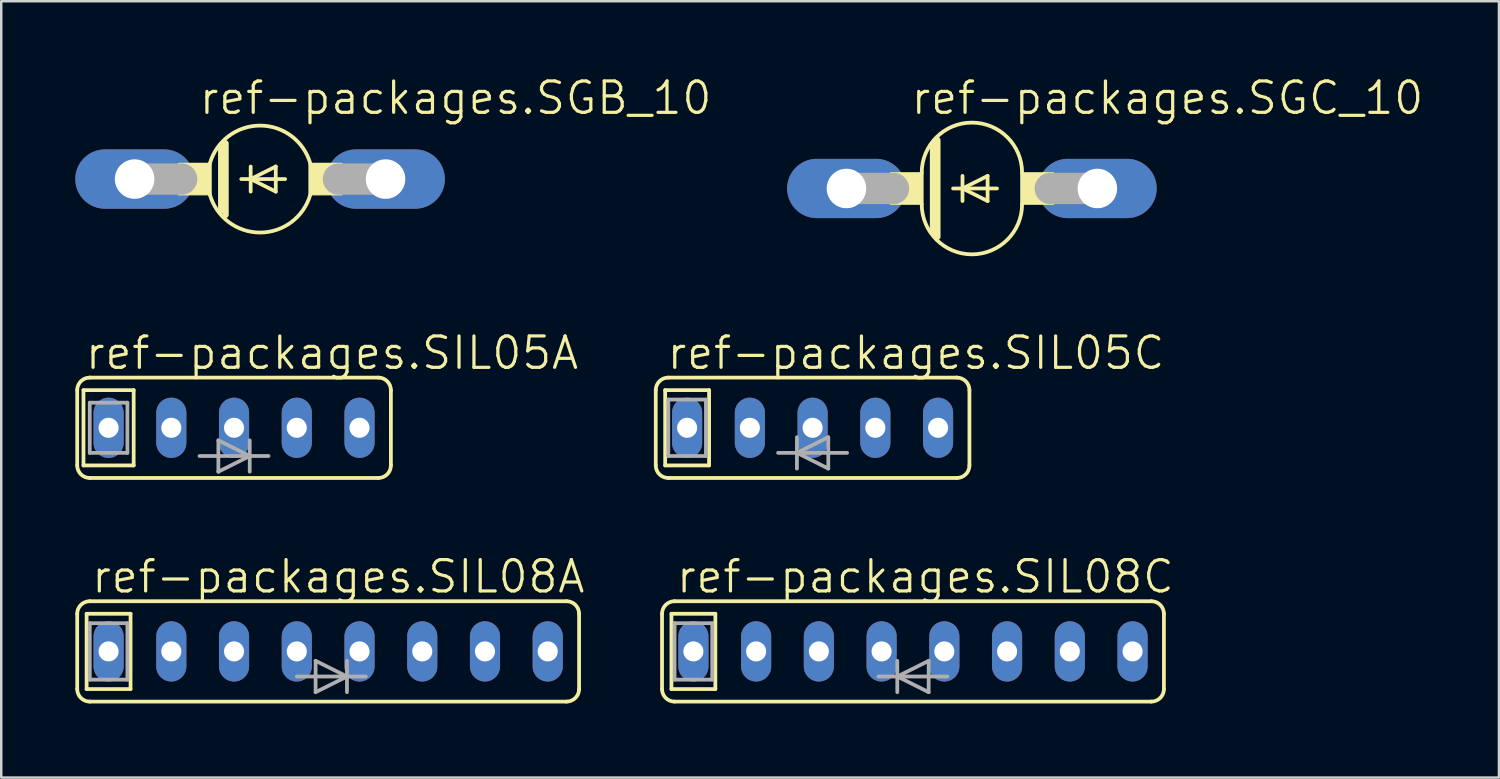
<source format=kicad_pcb>
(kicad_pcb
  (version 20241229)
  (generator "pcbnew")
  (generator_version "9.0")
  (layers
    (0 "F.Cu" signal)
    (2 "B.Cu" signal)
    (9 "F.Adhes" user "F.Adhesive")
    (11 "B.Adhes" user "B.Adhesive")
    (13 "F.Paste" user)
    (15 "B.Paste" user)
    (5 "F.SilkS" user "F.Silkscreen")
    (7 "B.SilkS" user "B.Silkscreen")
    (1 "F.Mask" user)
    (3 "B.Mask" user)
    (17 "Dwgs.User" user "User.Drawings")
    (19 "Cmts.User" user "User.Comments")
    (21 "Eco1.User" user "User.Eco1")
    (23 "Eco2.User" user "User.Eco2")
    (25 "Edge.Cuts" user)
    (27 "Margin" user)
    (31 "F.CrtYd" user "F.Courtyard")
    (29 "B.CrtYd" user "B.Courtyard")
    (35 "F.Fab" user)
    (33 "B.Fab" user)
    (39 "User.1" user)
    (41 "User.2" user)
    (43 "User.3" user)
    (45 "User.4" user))
  (footprint "ref-packages.SIL05A"
    (layer "F.Cu")
    (at 6.426 14.27)
    (property "Reference" "ref-packages.SIL05A" (at -6.096 -2.286 0) (layer "F.SilkS") (effects (font (size 1.27 1.27) (thickness 0.13)) (justify left bottom)))
    (attr through_hole)
    (fp_line (start -6.35 1.524) (end -6.35 -1.524) (stroke (width 0.152) (type default)) (layer "F.SilkS"))
    (fp_line (start -6.096 -1.524) (end -6.096 1.524) (stroke (width 0.152) (type default)) (layer "F.SilkS"))
    (fp_line (start -4.064 -1.524) (end -6.096 -1.524) (stroke (width 0.152) (type default)) (layer "F.SilkS"))
    (fp_line (start -4.064 -1.524) (end -4.064 1.524) (stroke (width 0.152) (type default)) (layer "F.SilkS"))
    (fp_line (start -4.064 1.524) (end -6.096 1.524) (stroke (width 0.152) (type default)) (layer "F.SilkS"))
    (fp_line (start 5.842 -2.032) (end -5.842 -2.032) (stroke (width 0.152) (type default)) (layer "F.SilkS"))
    (fp_line (start 5.842 2.032) (end -5.842 2.032) (stroke (width 0.152) (type default)) (layer "F.SilkS"))
    (fp_line (start 6.35 1.524) (end 6.35 -1.524) (stroke (width 0.152) (type default)) (layer "F.SilkS"))
    (fp_arc (start -6.35 -1.524) (mid -6.20121 -1.88321) (end -5.842 -2.032) (stroke (width 0.1524) (type default)) (layer "F.SilkS"))
    (fp_arc (start -5.842 2.032) (mid -6.20121 1.88321) (end -6.35 1.524) (stroke (width 0.1524) (type default)) (layer "F.SilkS"))
    (fp_arc (start 5.842 -2.032) (mid 6.20121 -1.88321) (end 6.35 -1.524) (stroke (width 0.1524) (type default)) (layer "F.SilkS"))
    (fp_arc (start 6.35 1.524) (mid 6.20121 1.88321) (end 5.842 2.032) (stroke (width 0.1524) (type default)) (layer "F.SilkS"))
    (fp_line (start -5.842 -1.016) (end -4.318 -1.016) (stroke (width 0.152) (type default)) (layer "F.Fab"))
    (fp_line (start -5.842 1.016) (end -5.842 -1.016) (stroke (width 0.152) (type default)) (layer "F.Fab"))
    (fp_line (start -4.318 -1.016) (end -4.318 1.016) (stroke (width 0.152) (type default)) (layer "F.Fab"))
    (fp_line (start -4.318 1.016) (end -5.842 1.016) (stroke (width 0.152) (type default)) (layer "F.Fab"))
    (fp_line (start -1.397 1.143) (end -0.635 1.143) (stroke (width 0.152) (type default)) (layer "F.Fab"))
    (fp_line (start -0.635 0.508) (end 0.635 1.143) (stroke (width 0.152) (type default)) (layer "F.Fab"))
    (fp_line (start -0.635 1.143) (end -0.635 0.508) (stroke (width 0.152) (type default)) (layer "F.Fab"))
    (fp_line (start -0.635 1.143) (end 0.635 1.143) (stroke (width 0.152) (type default)) (layer "F.Fab"))
    (fp_line (start -0.635 1.778) (end -0.635 1.143) (stroke (width 0.152) (type default)) (layer "F.Fab"))
    (fp_line (start 0.635 0.508) (end 0.635 1.143) (stroke (width 0.152) (type default)) (layer "F.Fab"))
    (fp_line (start 0.635 1.143) (end -0.635 1.778) (stroke (width 0.152) (type default)) (layer "F.Fab"))
    (fp_line (start 0.635 1.143) (end 0.635 1.778) (stroke (width 0.152) (type default)) (layer "F.Fab"))
    (fp_line (start 1.397 1.143) (end 0.635 1.143) (stroke (width 0.152) (type default)) (layer "F.Fab"))
    (pad "1" thru_hole oval (at -5.08 0 90) (size 2.438 1.219) (drill 0.813) (layers "*.Cu" "*.Mask"))
    (pad "2" thru_hole oval (at -2.54 0 90) (size 2.438 1.219) (drill 0.813) (layers "*.Cu" "*.Mask"))
    (pad "3" thru_hole oval (at 0 0 90) (size 2.438 1.219) (drill 0.813) (layers "*.Cu" "*.Mask"))
    (pad "4" thru_hole oval (at 2.54 0 90) (size 2.438 1.219) (drill 0.813) (layers "*.Cu" "*.Mask"))
    (pad "5" thru_hole oval (at 5.08 0 90) (size 2.438 1.219) (drill 0.813) (layers "*.Cu" "*.Mask")))
  (footprint "ref-packages.SIL08C"
    (layer "F.Cu")
    (at 33.914 23.324)
    (property "Reference" "ref-packages.SIL08C" (at -9.652 -2.286 0) (layer "F.SilkS") (effects (font (size 1.27 1.27) (thickness 0.13)) (justify left bottom)))
    (attr through_hole)
    (fp_line (start -10.16 -1.524) (end -10.16 1.524) (stroke (width 0.152) (type default)) (layer "F.SilkS"))
    (fp_line (start -9.779 -1.524) (end -8.001 -1.524) (stroke (width 0.152) (type default)) (layer "F.SilkS"))
    (fp_line (start -9.779 1.524) (end -9.779 -1.524) (stroke (width 0.152) (type default)) (layer "F.SilkS"))
    (fp_line (start -9.652 2.032) (end 9.652 2.032) (stroke (width 0.152) (type default)) (layer "F.SilkS"))
    (fp_line (start -8.001 -1.524) (end -8.001 1.524) (stroke (width 0.152) (type default)) (layer "F.SilkS"))
    (fp_line (start -8.001 1.524) (end -9.779 1.524) (stroke (width 0.152) (type default)) (layer "F.SilkS"))
    (fp_line (start 9.652 -2.032) (end -9.652 -2.032) (stroke (width 0.152) (type default)) (layer "F.SilkS"))
    (fp_line (start 10.16 -1.524) (end 10.16 1.524) (stroke (width 0.152) (type default)) (layer "F.SilkS"))
    (fp_arc (start -10.16 -1.524) (mid -10.01121 -1.88321) (end -9.652 -2.032) (stroke (width 0.1524) (type default)) (layer "F.SilkS"))
    (fp_arc (start -9.652 2.032) (mid -10.01121 1.88321) (end -10.16 1.524) (stroke (width 0.1524) (type default)) (layer "F.SilkS"))
    (fp_arc (start 9.652 -2.032) (mid 10.01121 -1.88321) (end 10.16 -1.524) (stroke (width 0.1524) (type default)) (layer "F.SilkS"))
    (fp_arc (start 10.16 1.524) (mid 10.01121 1.88321) (end 9.652 2.032) (stroke (width 0.1524) (type default)) (layer "F.SilkS"))
    (fp_line (start -9.652 -1.143) (end -8.128 -1.143) (stroke (width 0.152) (type default)) (layer "F.Fab"))
    (fp_line (start -9.652 1.143) (end -9.652 -1.143) (stroke (width 0.152) (type default)) (layer "F.Fab"))
    (fp_line (start -8.128 -1.143) (end -8.128 1.143) (stroke (width 0.152) (type default)) (layer "F.Fab"))
    (fp_line (start -8.128 1.143) (end -9.652 1.143) (stroke (width 0.152) (type default)) (layer "F.Fab"))
    (fp_line (start -1.397 1.016) (end -0.635 1.016) (stroke (width 0.152) (type default)) (layer "F.Fab"))
    (fp_line (start -0.635 1.016) (end -0.635 0.381) (stroke (width 0.152) (type default)) (layer "F.Fab"))
    (fp_line (start -0.635 1.016) (end 0.635 0.381) (stroke (width 0.152) (type default)) (layer "F.Fab"))
    (fp_line (start -0.635 1.651) (end -0.635 1.016) (stroke (width 0.152) (type default)) (layer "F.Fab"))
    (fp_line (start 0.635 0.381) (end 0.635 1.016) (stroke (width 0.152) (type default)) (layer "F.Fab"))
    (fp_line (start 0.635 1.016) (end -0.635 1.016) (stroke (width 0.152) (type default)) (layer "F.Fab"))
    (fp_line (start 0.635 1.016) (end 0.635 1.651) (stroke (width 0.152) (type default)) (layer "F.Fab"))
    (fp_line (start 0.635 1.651) (end -0.635 1.016) (stroke (width 0.152) (type default)) (layer "F.Fab"))
    (fp_line (start 1.397 1.016) (end 0.635 1.016) (stroke (width 0.152) (type default)) (layer "F.Fab"))
    (pad "1" thru_hole oval (at -8.89 0 90) (size 2.438 1.219) (drill 0.813) (layers "*.Cu" "*.Mask"))
    (pad "2" thru_hole oval (at -6.35 0 90) (size 2.438 1.219) (drill 0.813) (layers "*.Cu" "*.Mask"))
    (pad "3" thru_hole oval (at -3.81 0 90) (size 2.438 1.219) (drill 0.813) (layers "*.Cu" "*.Mask"))
    (pad "4" thru_hole oval (at -1.27 0 90) (size 2.438 1.219) (drill 0.813) (layers "*.Cu" "*.Mask"))
    (pad "5" thru_hole oval (at 1.27 0 90) (size 2.438 1.219) (drill 0.813) (layers "*.Cu" "*.Mask"))
    (pad "6" thru_hole oval (at 3.81 0 90) (size 2.438 1.219) (drill 0.813) (layers "*.Cu" "*.Mask"))
    (pad "7" thru_hole oval (at 6.35 0 90) (size 2.438 1.219) (drill 0.813) (layers "*.Cu" "*.Mask"))
    (pad "8" thru_hole oval (at 8.89 0 90) (size 2.438 1.219) (drill 0.813) (layers "*.Cu" "*.Mask")))
  (footprint "ref-packages.SIL08A"
    (layer "F.Cu")
    (at 10.236 23.324)
    (property "Reference" "ref-packages.SIL08A" (at -9.652 -2.286 0) (layer "F.SilkS") (effects (font (size 1.27 1.27) (thickness 0.13)) (justify left bottom)))
    (attr through_hole)
    (fp_line (start -10.16 -1.524) (end -10.16 1.524) (stroke (width 0.152) (type default)) (layer "F.SilkS"))
    (fp_line (start -9.779 -1.524) (end -8.001 -1.524) (stroke (width 0.152) (type default)) (layer "F.SilkS"))
    (fp_line (start -9.779 1.524) (end -9.779 -1.524) (stroke (width 0.152) (type default)) (layer "F.SilkS"))
    (fp_line (start -9.652 2.032) (end 9.652 2.032) (stroke (width 0.152) (type default)) (layer "F.SilkS"))
    (fp_line (start -8.001 -1.524) (end -8.001 1.524) (stroke (width 0.152) (type default)) (layer "F.SilkS"))
    (fp_line (start -8.001 1.524) (end -9.779 1.524) (stroke (width 0.152) (type default)) (layer "F.SilkS"))
    (fp_line (start 9.652 -2.032) (end -9.652 -2.032) (stroke (width 0.152) (type default)) (layer "F.SilkS"))
    (fp_line (start 10.16 -1.524) (end 10.16 1.524) (stroke (width 0.152) (type default)) (layer "F.SilkS"))
    (fp_arc (start -10.16 -1.524) (mid -10.01121 -1.88321) (end -9.652 -2.032) (stroke (width 0.1524) (type default)) (layer "F.SilkS"))
    (fp_arc (start -9.652 2.032) (mid -10.01121 1.88321) (end -10.16 1.524) (stroke (width 0.1524) (type default)) (layer "F.SilkS"))
    (fp_arc (start 9.652 -2.032) (mid 10.01121 -1.88321) (end 10.16 -1.524) (stroke (width 0.1524) (type default)) (layer "F.SilkS"))
    (fp_arc (start 10.16 1.524) (mid 10.01121 1.88321) (end 9.652 2.032) (stroke (width 0.1524) (type default)) (layer "F.SilkS"))
    (fp_line (start -9.652 -1.143) (end -8.128 -1.143) (stroke (width 0.152) (type default)) (layer "F.Fab"))
    (fp_line (start -9.652 1.143) (end -9.652 -1.143) (stroke (width 0.152) (type default)) (layer "F.Fab"))
    (fp_line (start -8.128 -1.143) (end -8.128 1.143) (stroke (width 0.152) (type default)) (layer "F.Fab"))
    (fp_line (start -8.128 1.143) (end -9.652 1.143) (stroke (width 0.152) (type default)) (layer "F.Fab"))
    (fp_line (start -1.27 1.016) (end -0.508 1.016) (stroke (width 0.152) (type default)) (layer "F.Fab"))
    (fp_line (start -0.508 0.381) (end 0.762 1.016) (stroke (width 0.152) (type default)) (layer "F.Fab"))
    (fp_line (start -0.508 1.016) (end -0.508 0.381) (stroke (width 0.152) (type default)) (layer "F.Fab"))
    (fp_line (start -0.508 1.016) (end 0.762 1.016) (stroke (width 0.152) (type default)) (layer "F.Fab"))
    (fp_line (start -0.508 1.651) (end -0.508 1.016) (stroke (width 0.152) (type default)) (layer "F.Fab"))
    (fp_line (start 0.762 0.381) (end 0.762 1.016) (stroke (width 0.152) (type default)) (layer "F.Fab"))
    (fp_line (start 0.762 1.016) (end -0.508 1.651) (stroke (width 0.152) (type default)) (layer "F.Fab"))
    (fp_line (start 0.762 1.016) (end 0.762 1.651) (stroke (width 0.152) (type default)) (layer "F.Fab"))
    (fp_line (start 1.524 1.016) (end 0.762 1.016) (stroke (width 0.152) (type default)) (layer "F.Fab"))
    (pad "1" thru_hole oval (at -8.89 0 90) (size 2.438 1.219) (drill 0.813) (layers "*.Cu" "*.Mask"))
    (pad "2" thru_hole oval (at -6.35 0 90) (size 2.438 1.219) (drill 0.813) (layers "*.Cu" "*.Mask"))
    (pad "3" thru_hole oval (at -3.81 0 90) (size 2.438 1.219) (drill 0.813) (layers "*.Cu" "*.Mask"))
    (pad "4" thru_hole oval (at -1.27 0 90) (size 2.438 1.219) (drill 0.813) (layers "*.Cu" "*.Mask"))
    (pad "5" thru_hole oval (at 1.27 0 90) (size 2.438 1.219) (drill 0.813) (layers "*.Cu" "*.Mask"))
    (pad "6" thru_hole oval (at 3.81 0 90) (size 2.438 1.219) (drill 0.813) (layers "*.Cu" "*.Mask"))
    (pad "7" thru_hole oval (at 6.35 0 90) (size 2.438 1.219) (drill 0.813) (layers "*.Cu" "*.Mask"))
    (pad "8" thru_hole oval (at 8.89 0 90) (size 2.438 1.219) (drill 0.813) (layers "*.Cu" "*.Mask")))
  (footprint "ref-packages.SGC_10"
    (layer "F.Cu")
    (at 36.3 4.581)
    (property "Reference" "ref-packages.SGC_10" (at -2.54 -2.921 0) (layer "F.SilkS") (effects (font (size 1.27 1.27) (thickness 0.13)) (justify left bottom)))
    (attr through_hole)
    (fp_line (start -2.032 -0.635) (end -2.032 0.635) (stroke (width 0.152) (type default)) (layer "F.SilkS"))
    (fp_line (start -1.575 -1.778) (end -1.575 1.778) (stroke (width 0.254) (type default)) (layer "F.SilkS"))
    (fp_line (start -1.397 -1.956) (end -1.397 1.956) (stroke (width 0.254) (type default)) (layer "F.SilkS"))
    (fp_line (start -0.762 0) (end -0.381 0) (stroke (width 0.152) (type default)) (layer "F.SilkS"))
    (fp_line (start -0.381 -0.508) (end -0.381 0) (stroke (width 0.152) (type default)) (layer "F.SilkS"))
    (fp_line (start -0.381 0) (end -0.381 0.508) (stroke (width 0.152) (type default)) (layer "F.SilkS"))
    (fp_line (start -0.381 0) (end 0.635 -0.508) (stroke (width 0.152) (type default)) (layer "F.SilkS"))
    (fp_line (start -0.381 0) (end 1.016 0) (stroke (width 0.152) (type default)) (layer "F.SilkS"))
    (fp_line (start 0.635 -0.508) (end 0.635 0.508) (stroke (width 0.152) (type default)) (layer "F.SilkS"))
    (fp_line (start 0.635 0.508) (end -0.381 0) (stroke (width 0.152) (type default)) (layer "F.SilkS"))
    (fp_line (start 2.032 -0.635) (end 2.032 0.635) (stroke (width 0.152) (type default)) (layer "F.SilkS"))
    (fp_rect (start -3.302 0.635) (end -2.032 -0.635) (stroke (width 0.05) (type default)) (fill yes) (layer "F.SilkS"))
    (fp_rect (start 2.032 0.635) (end 3.302 -0.635) (stroke (width 0.05) (type default)) (fill yes) (layer "F.SilkS"))
    (fp_arc (start -2.032 -0.635) (mid 0 -2.667) (end 2.032 -0.635) (stroke (width 0.1524) (type default)) (layer "F.SilkS"))
    (fp_arc (start 2.032 0.635) (mid 0 2.667) (end -2.032 0.635) (stroke (width 0.1524) (type default)) (layer "F.SilkS"))
    (fp_line (start -5.08 0) (end -3.175 0) (stroke (width 1.27) (type default)) (layer "F.Fab"))
    (fp_line (start 5.08 0) (end 3.175 0) (stroke (width 1.27) (type default)) (layer "F.Fab"))
    (pad "A" thru_hole oval (at 5.08 0) (size 4.801 2.4) (drill 1.6) (layers "*.Cu" "*.Mask"))
    (pad "C" thru_hole oval (at -5.08 0) (size 4.801 2.4) (drill 1.6) (layers "*.Cu" "*.Mask")))
  (footprint "ref-packages.SIL05C"
    (layer "F.Cu")
    (at 29.85 14.27)
    (property "Reference" "ref-packages.SIL05C" (at -5.969 -2.286 0) (layer "F.SilkS") (effects (font (size 1.27 1.27) (thickness 0.13)) (justify left bottom)))
    (attr through_hole)
    (fp_line (start -6.35 1.524) (end -6.35 -1.524) (stroke (width 0.152) (type default)) (layer "F.SilkS"))
    (fp_line (start -5.969 -1.524) (end -5.969 1.524) (stroke (width 0.152) (type default)) (layer "F.SilkS"))
    (fp_line (start -4.191 -1.524) (end -5.969 -1.524) (stroke (width 0.152) (type default)) (layer "F.SilkS"))
    (fp_line (start -4.191 -1.524) (end -4.191 1.524) (stroke (width 0.152) (type default)) (layer "F.SilkS"))
    (fp_line (start -4.191 1.524) (end -5.969 1.524) (stroke (width 0.152) (type default)) (layer "F.SilkS"))
    (fp_line (start 5.842 -2.032) (end -5.842 -2.032) (stroke (width 0.152) (type default)) (layer "F.SilkS"))
    (fp_line (start 5.842 2.032) (end -5.842 2.032) (stroke (width 0.152) (type default)) (layer "F.SilkS"))
    (fp_line (start 6.35 1.524) (end 6.35 -1.524) (stroke (width 0.152) (type default)) (layer "F.SilkS"))
    (fp_arc (start -6.35 -1.524) (mid -6.20121 -1.88321) (end -5.842 -2.032) (stroke (width 0.1524) (type default)) (layer "F.SilkS"))
    (fp_arc (start -5.842 2.032) (mid -6.20121 1.88321) (end -6.35 1.524) (stroke (width 0.1524) (type default)) (layer "F.SilkS"))
    (fp_arc (start 5.842 -2.032) (mid 6.20121 -1.88321) (end 6.35 -1.524) (stroke (width 0.1524) (type default)) (layer "F.SilkS"))
    (fp_arc (start 6.35 1.524) (mid 6.20121 1.88321) (end 5.842 2.032) (stroke (width 0.1524) (type default)) (layer "F.SilkS"))
    (fp_line (start -5.842 -1.143) (end -4.318 -1.143) (stroke (width 0.152) (type default)) (layer "F.Fab"))
    (fp_line (start -5.842 1.143) (end -5.842 -1.143) (stroke (width 0.152) (type default)) (layer "F.Fab"))
    (fp_line (start -4.318 -1.143) (end -4.318 1.143) (stroke (width 0.152) (type default)) (layer "F.Fab"))
    (fp_line (start -4.318 1.143) (end -5.842 1.143) (stroke (width 0.152) (type default)) (layer "F.Fab"))
    (fp_line (start -1.397 1.016) (end -0.635 1.016) (stroke (width 0.152) (type default)) (layer "F.Fab"))
    (fp_line (start -0.635 1.016) (end -0.635 0.381) (stroke (width 0.152) (type default)) (layer "F.Fab"))
    (fp_line (start -0.635 1.016) (end 0.635 0.381) (stroke (width 0.152) (type default)) (layer "F.Fab"))
    (fp_line (start -0.635 1.651) (end -0.635 1.016) (stroke (width 0.152) (type default)) (layer "F.Fab"))
    (fp_line (start 0.635 0.381) (end 0.635 1.016) (stroke (width 0.152) (type default)) (layer "F.Fab"))
    (fp_line (start 0.635 1.016) (end -0.635 1.016) (stroke (width 0.152) (type default)) (layer "F.Fab"))
    (fp_line (start 0.635 1.016) (end 0.635 1.651) (stroke (width 0.152) (type default)) (layer "F.Fab"))
    (fp_line (start 0.635 1.651) (end -0.635 1.016) (stroke (width 0.152) (type default)) (layer "F.Fab"))
    (fp_line (start 1.397 1.016) (end 0.635 1.016) (stroke (width 0.152) (type default)) (layer "F.Fab"))
    (pad "1" thru_hole oval (at -5.08 0 90) (size 2.438 1.219) (drill 0.813) (layers "*.Cu" "*.Mask"))
    (pad "2" thru_hole oval (at -2.54 0 90) (size 2.438 1.219) (drill 0.813) (layers "*.Cu" "*.Mask"))
    (pad "3" thru_hole oval (at 0 0 90) (size 2.438 1.219) (drill 0.813) (layers "*.Cu" "*.Mask"))
    (pad "4" thru_hole oval (at 2.54 0 90) (size 2.438 1.219) (drill 0.813) (layers "*.Cu" "*.Mask"))
    (pad "5" thru_hole oval (at 5.08 0 90) (size 2.438 1.219) (drill 0.813) (layers "*.Cu" "*.Mask")))
  (footprint "ref-packages.SGB_10"
    (layer "F.Cu")
    (at 7.48 4.2)
    (property "Reference" "ref-packages.SGB_10" (at -2.54 -2.54 0) (layer "F.SilkS") (effects (font (size 1.27 1.27) (thickness 0.13)) (justify left bottom)))
    (attr through_hole)
    (fp_line (start -2.032 -0.635) (end -2.032 0.635) (stroke (width 0.152) (type default)) (layer "F.SilkS"))
    (fp_line (start -1.575 -1.295) (end -1.575 1.27) (stroke (width 0.254) (type default)) (layer "F.SilkS"))
    (fp_line (start -1.397 -1.448) (end -1.397 1.448) (stroke (width 0.254) (type default)) (layer "F.SilkS"))
    (fp_line (start -0.762 0) (end -0.381 0) (stroke (width 0.152) (type default)) (layer "F.SilkS"))
    (fp_line (start -0.381 -0.508) (end -0.381 0) (stroke (width 0.152) (type default)) (layer "F.SilkS"))
    (fp_line (start -0.381 0) (end -0.381 0.508) (stroke (width 0.152) (type default)) (layer "F.SilkS"))
    (fp_line (start -0.381 0) (end 0.635 -0.508) (stroke (width 0.152) (type default)) (layer "F.SilkS"))
    (fp_line (start -0.381 0) (end 1.016 0) (stroke (width 0.152) (type default)) (layer "F.SilkS"))
    (fp_line (start 0.635 -0.508) (end 0.635 0.508) (stroke (width 0.152) (type default)) (layer "F.SilkS"))
    (fp_line (start 0.635 0.508) (end -0.381 0) (stroke (width 0.152) (type default)) (layer "F.SilkS"))
    (fp_line (start 2.032 -0.635) (end 2.032 0.635) (stroke (width 0.152) (type default)) (layer "F.SilkS"))
    (fp_rect (start -3.302 0.635) (end -2.032 -0.635) (stroke (width 0.05) (type default)) (fill yes) (layer "F.SilkS"))
    (fp_rect (start 2.032 0.635) (end 3.302 -0.635) (stroke (width 0.05) (type default)) (fill yes) (layer "F.SilkS"))
    (fp_arc (start -2.032 -0.635) (mid 0 -2.165112) (end 2.032 -0.635) (stroke (width 0.1524) (type default)) (layer "F.SilkS"))
    (fp_arc (start 2.032 0.635) (mid 0 2.165112) (end -2.032 0.635) (stroke (width 0.1524) (type default)) (layer "F.SilkS"))
    (fp_line (start -5.08 0) (end -3.175 0) (stroke (width 1.27) (type default)) (layer "F.Fab"))
    (fp_line (start 5.08 0) (end 3.175 0) (stroke (width 1.27) (type default)) (layer "F.Fab"))
    (pad "A" thru_hole oval (at 5.08 0) (size 4.801 2.4) (drill 1.6) (layers "*.Cu" "*.Mask"))
    (pad "C" thru_hole oval (at -5.08 0) (size 4.801 2.4) (drill 1.6) (layers "*.Cu" "*.Mask")))
  (gr_rect
    (start -3 -3)
    (end 57.639 28.433)
    (stroke (width 0.1) (type default))
    (fill no)
    (layer "Edge.Cuts")))
</source>
